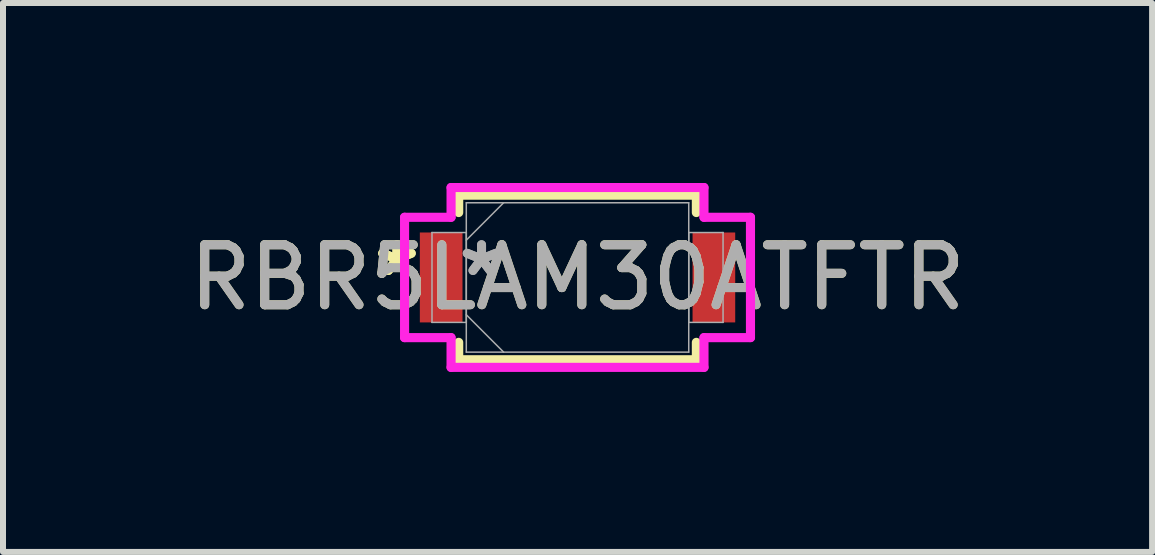
<source format=kicad_pcb>
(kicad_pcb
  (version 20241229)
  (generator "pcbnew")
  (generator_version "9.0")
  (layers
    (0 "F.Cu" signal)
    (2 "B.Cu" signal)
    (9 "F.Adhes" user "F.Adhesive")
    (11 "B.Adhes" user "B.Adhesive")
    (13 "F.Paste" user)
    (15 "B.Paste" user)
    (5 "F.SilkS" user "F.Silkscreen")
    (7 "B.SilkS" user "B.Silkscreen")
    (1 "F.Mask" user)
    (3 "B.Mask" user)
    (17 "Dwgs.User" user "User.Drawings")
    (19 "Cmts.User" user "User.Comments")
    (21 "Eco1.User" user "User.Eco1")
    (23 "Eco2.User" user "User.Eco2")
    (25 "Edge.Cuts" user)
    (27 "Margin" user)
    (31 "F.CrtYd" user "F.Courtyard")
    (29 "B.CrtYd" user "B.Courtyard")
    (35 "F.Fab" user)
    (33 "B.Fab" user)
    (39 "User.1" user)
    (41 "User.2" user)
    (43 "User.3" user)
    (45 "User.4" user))
  (footprint "RBR5LAM30ATFTR"
    (layer "F.Cu")
    (at 6.577 1.575)
    (property "Reference" "RBR5LAM30ATFTR" (at 0 0 0) (unlocked yes) (layer "F.SilkS") (effects (font (size 1 1) (thickness 0.15))))
    (attr smd)
    (fp_line (start -1.981 -1.372) (end -1.981 -1.082) (stroke (width 0.152) (type solid)) (layer "F.SilkS"))
    (fp_line (start -1.981 1.082) (end -1.981 1.372) (stroke (width 0.152) (type solid)) (layer "F.SilkS"))
    (fp_line (start -1.981 1.372) (end 1.981 1.372) (stroke (width 0.152) (type solid)) (layer "F.SilkS"))
    (fp_line (start 1.981 -1.372) (end -1.981 -1.372) (stroke (width 0.152) (type solid)) (layer "F.SilkS"))
    (fp_line (start 1.981 -1.082) (end 1.981 -1.372) (stroke (width 0.152) (type solid)) (layer "F.SilkS"))
    (fp_line (start 1.981 1.372) (end 1.981 1.082) (stroke (width 0.152) (type solid)) (layer "F.SilkS"))
    (fp_line (start -2.883 -1.003) (end -2.108 -1.003) (stroke (width 0.152) (type solid)) (layer "F.CrtYd"))
    (fp_line (start -2.883 1.003) (end -2.883 -1.003) (stroke (width 0.152) (type solid)) (layer "F.CrtYd"))
    (fp_line (start -2.108 -1.499) (end 2.108 -1.499) (stroke (width 0.152) (type solid)) (layer "F.CrtYd"))
    (fp_line (start -2.108 -1.003) (end -2.108 -1.499) (stroke (width 0.152) (type solid)) (layer "F.CrtYd"))
    (fp_line (start -2.108 1.003) (end -2.883 1.003) (stroke (width 0.152) (type solid)) (layer "F.CrtYd"))
    (fp_line (start -2.108 1.499) (end -2.108 1.003) (stroke (width 0.152) (type solid)) (layer "F.CrtYd"))
    (fp_line (start 2.108 -1.499) (end 2.108 -1.003) (stroke (width 0.152) (type solid)) (layer "F.CrtYd"))
    (fp_line (start 2.108 -1.003) (end 2.883 -1.003) (stroke (width 0.152) (type solid)) (layer "F.CrtYd"))
    (fp_line (start 2.108 1.003) (end 2.108 1.499) (stroke (width 0.152) (type solid)) (layer "F.CrtYd"))
    (fp_line (start 2.108 1.499) (end -2.108 1.499) (stroke (width 0.152) (type solid)) (layer "F.CrtYd"))
    (fp_line (start 2.883 -1.003) (end 2.883 1.003) (stroke (width 0.152) (type solid)) (layer "F.CrtYd"))
    (fp_line (start 2.883 1.003) (end 2.108 1.003) (stroke (width 0.152) (type solid)) (layer "F.CrtYd"))
    (fp_line (start -2.426 -0.749) (end -2.426 0.749) (stroke (width 0.025) (type solid)) (layer "F.Fab"))
    (fp_line (start -2.426 0.749) (end -1.854 0.749) (stroke (width 0.025) (type solid)) (layer "F.Fab"))
    (fp_line (start -1.854 -1.245) (end -1.854 1.245) (stroke (width 0.025) (type solid)) (layer "F.Fab"))
    (fp_line (start -1.854 -0.749) (end -2.426 -0.749) (stroke (width 0.025) (type solid)) (layer "F.Fab"))
    (fp_line (start -1.854 -0.622) (end -1.232 -1.245) (stroke (width 0.025) (type solid)) (layer "F.Fab"))
    (fp_line (start -1.854 0.622) (end -1.232 1.245) (stroke (width 0.025) (type solid)) (layer "F.Fab"))
    (fp_line (start -1.854 0.749) (end -1.854 -0.749) (stroke (width 0.025) (type solid)) (layer "F.Fab"))
    (fp_line (start -1.854 1.245) (end 1.854 1.245) (stroke (width 0.025) (type solid)) (layer "F.Fab"))
    (fp_line (start 1.854 -1.245) (end -1.854 -1.245) (stroke (width 0.025) (type solid)) (layer "F.Fab"))
    (fp_line (start 1.854 -0.749) (end 1.854 0.749) (stroke (width 0.025) (type solid)) (layer "F.Fab"))
    (fp_line (start 1.854 0.749) (end 2.426 0.749) (stroke (width 0.025) (type solid)) (layer "F.Fab"))
    (fp_line (start 1.854 1.245) (end 1.854 -1.245) (stroke (width 0.025) (type solid)) (layer "F.Fab"))
    (fp_line (start 2.426 -0.749) (end 1.854 -0.749) (stroke (width 0.025) (type solid)) (layer "F.Fab"))
    (fp_line (start 2.426 0.749) (end 2.426 -0.749) (stroke (width 0.025) (type solid)) (layer "F.Fab"))
    (fp_text user "*" (at -3.01 0 0) (layer "F.SilkS") (effects (font (size 1 1) (thickness 0.15))))
    (fp_text user "*" (at -3.01 0 0) (unlocked yes) (layer "F.SilkS") (effects (font (size 1 1) (thickness 0.15))))
    (fp_text user "${REFERENCE}" (at 0 0 0) (unlocked yes) (layer "F.Fab") (effects (font (size 1 1) (thickness 0.15))))
    (fp_text user "*" (at -1.6 0 0) (layer "F.Fab") (effects (font (size 1 1) (thickness 0.15))))
    (fp_text user "*" (at -1.6 0 0) (unlocked yes) (layer "F.Fab") (effects (font (size 1 1) (thickness 0.15))))
    (pad "1" smd rect (at -2.273 0) (size 0.711 1.499) (layers "F.Cu" "F.Mask" "F.Paste"))
    (pad "2" smd rect (at 2.273 0) (size 0.711 1.499) (layers "F.Cu" "F.Mask" "F.Paste"))
    (zone (net_name "") (layer "F.Cu") (hatch full 0.508) (connect_pads) (min_thickness 0.254) (filled_areas_thickness no) (keepout (tracks not_allowed) (vias not_allowed) (pads allowed) (copperpour not_allowed) (footprints allowed)) (placement (enabled no)) (fill) (polygon (pts (xy 4.71 0.381) (xy 8.444 0.381) (xy 8.444 2.769) (xy 4.71 2.769)))))
  (gr_rect
    (start -3 -3)
    (end 16.155 6.15)
    (stroke (width 0.1) (type default))
    (fill no)
    (layer "Edge.Cuts")))
</source>
